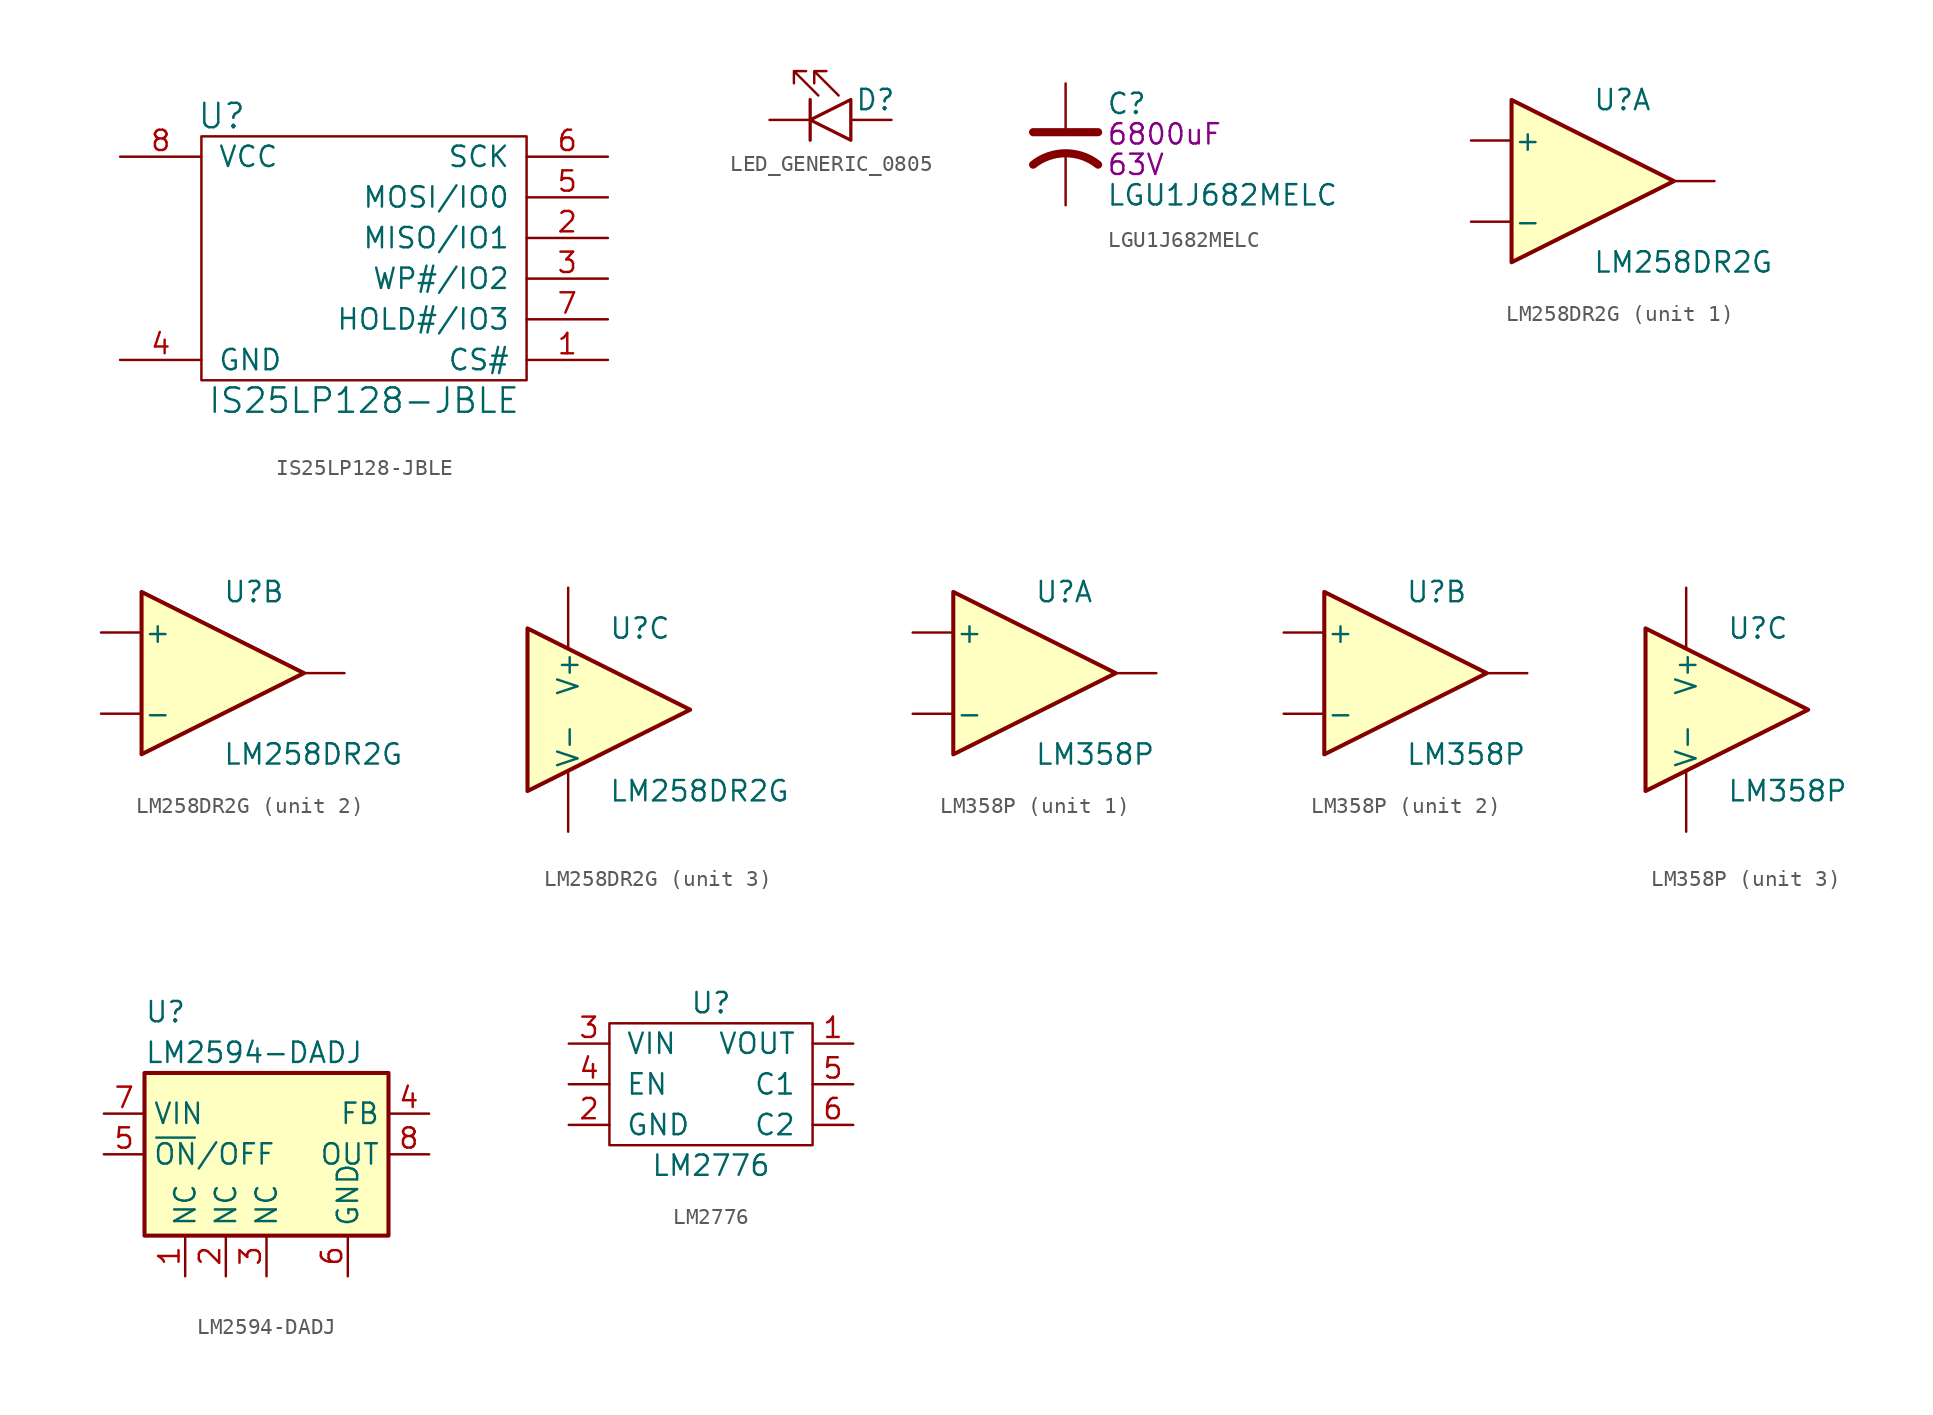
<source format=kicad_sym>
(kicad_symbol_lib
  (version 20210619)
  (generator kicad_symbol_editor)
  (symbol "custom:IS25LP128-JBLE"
    (pin_names
      (offset 1.016))
    (property "Reference" "U"
      (at -8.89 8.89 0)
      (effects (font (size 1.524 1.524))))
    (property "Value" "IS25LP128-JBLE"
      (at 0 -8.89 0)
      (effects (font (size 1.524 1.524))))
    (symbol "IS25LP128-JBLE_0_1"
      (rectangle (start -10.16 7.62) (end 10.16 -7.62) (stroke (width 0)) (fill (type none))))
    (symbol "IS25LP128-JBLE_1_1"
      (pin input line (at 15.24 -6.35 180) (length 5.08) (name "CS#" (effects (font (size 1.27 1.27)))) (number "1" (effects (font (size 1.27 1.27)))))
      (pin bidirectional line (at 15.24 1.27 180) (length 5.08) (name "MISO/IO1" (effects (font (size 1.27 1.27)))) (number "2" (effects (font (size 1.27 1.27)))))
      (pin bidirectional line (at 15.24 -1.27 180) (length 5.08) (name "WP#/IO2" (effects (font (size 1.27 1.27)))) (number "3" (effects (font (size 1.27 1.27)))))
      (pin power_in line (at -15.24 -6.35 0) (length 5.08) (name "GND" (effects (font (size 1.27 1.27)))) (number "4" (effects (font (size 1.27 1.27)))))
      (pin bidirectional line (at 15.24 3.81 180) (length 5.08) (name "MOSI/IO0" (effects (font (size 1.27 1.27)))) (number "5" (effects (font (size 1.27 1.27)))))
      (pin input line (at 15.24 6.35 180) (length 5.08) (name "SCK" (effects (font (size 1.27 1.27)))) (number "6" (effects (font (size 1.27 1.27)))))
      (pin bidirectional line (at 15.24 -3.81 180) (length 5.08) (name "HOLD#/IO3" (effects (font (size 1.27 1.27)))) (number "7" (effects (font (size 1.27 1.27)))))
      (pin power_in line (at -15.24 6.35 0) (length 5.08) (name "VCC" (effects (font (size 1.27 1.27)))) (number "8" (effects (font (size 1.27 1.27)))))))
  (symbol "custom:LED_GENERIC_0805"
    (pin_numbers hide)
    (pin_names
      (offset 1.016) hide)
    (property "Reference" "D"
      (at 1.524 0.508 0)
      (effects (font (size 1.27 1.27)) (justify left bottom)))
    (symbol "LED_GENERIC_0805_0_1"
      (polyline (pts (xy -1.27 -1.27) (xy -1.27 1.27)) (stroke (width 0.203)) (fill (type none)))
      (polyline (pts (xy 1.27 -1.27) (xy 1.27 1.27) (xy -1.27 0) (xy 1.27 -1.27)) (stroke (width 0.203)) (fill (type none)))
      (polyline (pts (xy -0.762 1.524) (xy -2.286 3.048) (xy -1.524 3.048) (xy -2.286 3.048) (xy -2.286 2.286)) (stroke (width 0)) (fill (type none)))
      (polyline (pts (xy 0.508 1.524) (xy -1.016 3.048) (xy -0.254 3.048) (xy -1.016 3.048) (xy -1.016 2.286)) (stroke (width 0)) (fill (type none))))
    (symbol "LED_GENERIC_0805_1_1"
      (pin passive line (at -3.81 0 0) (length 2.54) (name "K" (effects (font (size 1.27 1.27)))) (number "1" (effects (font (size 1.27 1.27)))))
      (pin passive line (at 3.81 0 180) (length 2.54) (name "A" (effects (font (size 1.27 1.27)))) (number "2" (effects (font (size 1.27 1.27)))))))
  (symbol "custom:LGU1J682MELC"
    (pin_numbers hide)
    (pin_names
      (offset 0.254) hide)
    (property "Reference" "C"
      (at 2.54 2.54 0)
      (effects (font (size 1.27 1.27)) (justify left)))
    (property "Value" "LGU1J682MELC"
      (at 2.54 -3.175 0)
      (effects (font (size 1.27 1.27)) (justify left)))
    (property "Capacitance" "6800uF"
      (at 2.54 0.635 0)
      (effects (font (size 1.27 1.27)) (justify left)))
    (property "Rating" "63V"
      (at 2.54 -1.27 0)
      (effects (font (size 1.27 1.27)) (justify left)))
    (symbol "LGU1J682MELC_0_1"
      (arc (start -2.032 -1.27) (end 2.032 -1.27) (radius (at 0 -3.81) (length 3.2512) (angles 128.7 51.3)) (stroke (width 0.508)) (fill (type none)))
      (polyline (pts (xy -2.032 0.762) (xy 2.032 0.762)) (stroke (width 0.508)) (fill (type none))))
    (symbol "LGU1J682MELC_1_1"
      (pin passive line (at 0 3.81 270) (length 2.794) (name "~" (effects (font (size 1.27 1.27)))) (number "1" (effects (font (size 1.27 1.27)))))
      (pin passive line (at 0 -3.81 90) (length 3.302) (name "~" (effects (font (size 1.27 1.27)))) (number "2" (effects (font (size 1.27 1.27)))))))
  (symbol "custom:LM258DR2G"
    (pin_numbers hide)
    (pin_names
      (offset 0.127))
    (property "Reference" "U"
      (at 0 5.08 0)
      (effects (font (size 1.27 1.27)) (justify left)))
    (property "Value" "LM258DR2G"
      (at 0 -5.08 0)
      (effects (font (size 1.27 1.27)) (justify left)))
    (property "ki_locked" ""
      (at 0 0 0)
      (effects (font (size 1.27 1.27))))
    (symbol "LM258DR2G_1_1"
      (polyline (pts (xy -5.08 5.08) (xy 5.08 0) (xy -5.08 -5.08) (xy -5.08 5.08)) (stroke (width 0.254)) (fill (type background)))
      (pin output line (at 7.62 0 180) (length 2.54) (name "~" (effects (font (size 1.27 1.27)))) (number "1" (effects (font (size 1.27 1.27)))))
      (pin input line (at -7.62 -2.54 0) (length 2.54) (name "-" (effects (font (size 1.27 1.27)))) (number "2" (effects (font (size 1.27 1.27)))))
      (pin input line (at -7.62 2.54 0) (length 2.54) (name "+" (effects (font (size 1.27 1.27)))) (number "3" (effects (font (size 1.27 1.27))))))
    (symbol "LM258DR2G_2_1"
      (polyline (pts (xy -5.08 5.08) (xy 5.08 0) (xy -5.08 -5.08) (xy -5.08 5.08)) (stroke (width 0.254)) (fill (type background)))
      (pin input line (at -7.62 2.54 0) (length 2.54) (name "+" (effects (font (size 1.27 1.27)))) (number "5" (effects (font (size 1.27 1.27)))))
      (pin input line (at -7.62 -2.54 0) (length 2.54) (name "-" (effects (font (size 1.27 1.27)))) (number "6" (effects (font (size 1.27 1.27)))))
      (pin output line (at 7.62 0 180) (length 2.54) (name "~" (effects (font (size 1.27 1.27)))) (number "7" (effects (font (size 1.27 1.27))))))
    (symbol "LM258DR2G_3_1"
      (polyline (pts (xy -5.08 5.08) (xy 5.08 0) (xy -5.08 -5.08) (xy -5.08 5.08)) (stroke (width 0.254)) (fill (type background)))
      (pin power_in line (at -2.54 -7.62 90) (length 3.81) (name "V-" (effects (font (size 1.27 1.27)))) (number "4" (effects (font (size 1.27 1.27)))))
      (pin power_in line (at -2.54 7.62 270) (length 3.81) (name "V+" (effects (font (size 1.27 1.27)))) (number "8" (effects (font (size 1.27 1.27)))))))
  (symbol "custom:LM358P"
    (pin_numbers hide)
    (pin_names
      (offset 0.127))
    (property "Reference" "U"
      (at 0 5.08 0)
      (effects (font (size 1.27 1.27)) (justify left)))
    (property "Value" "LM358P"
      (at 0 -5.08 0)
      (effects (font (size 1.27 1.27)) (justify left)))
    (property "ki_locked" ""
      (at 0 0 0)
      (effects (font (size 1.27 1.27))))
    (symbol "LM358P_1_1"
      (polyline (pts (xy -5.08 5.08) (xy 5.08 0) (xy -5.08 -5.08) (xy -5.08 5.08)) (stroke (width 0.254)) (fill (type background)))
      (pin output line (at 7.62 0 180) (length 2.54) (name "~" (effects (font (size 1.27 1.27)))) (number "1" (effects (font (size 1.27 1.27)))))
      (pin input line (at -7.62 -2.54 0) (length 2.54) (name "-" (effects (font (size 1.27 1.27)))) (number "2" (effects (font (size 1.27 1.27)))))
      (pin input line (at -7.62 2.54 0) (length 2.54) (name "+" (effects (font (size 1.27 1.27)))) (number "3" (effects (font (size 1.27 1.27))))))
    (symbol "LM358P_2_1"
      (polyline (pts (xy -5.08 5.08) (xy 5.08 0) (xy -5.08 -5.08) (xy -5.08 5.08)) (stroke (width 0.254)) (fill (type background)))
      (pin input line (at -7.62 2.54 0) (length 2.54) (name "+" (effects (font (size 1.27 1.27)))) (number "5" (effects (font (size 1.27 1.27)))))
      (pin input line (at -7.62 -2.54 0) (length 2.54) (name "-" (effects (font (size 1.27 1.27)))) (number "6" (effects (font (size 1.27 1.27)))))
      (pin output line (at 7.62 0 180) (length 2.54) (name "~" (effects (font (size 1.27 1.27)))) (number "7" (effects (font (size 1.27 1.27))))))
    (symbol "LM358P_3_1"
      (polyline (pts (xy -5.08 5.08) (xy 5.08 0) (xy -5.08 -5.08) (xy -5.08 5.08)) (stroke (width 0.254)) (fill (type background)))
      (pin power_in line (at -2.54 -7.62 90) (length 3.81) (name "V-" (effects (font (size 1.27 1.27)))) (number "4" (effects (font (size 1.27 1.27)))))
      (pin power_in line (at -2.54 7.62 270) (length 3.81) (name "V+" (effects (font (size 1.27 1.27)))) (number "8" (effects (font (size 1.27 1.27)))))))
  (symbol "custom:LM2594-DADJ"
    (property "Reference" "U"
      (at -7.62 8.89 0)
      (effects (font (size 1.27 1.27)) (justify left)))
    (property "Value" "LM2594-DADJ"
      (at -7.62 6.35 0)
      (effects (font (size 1.27 1.27)) (justify left)))
    (symbol "LM2594-DADJ_0_1"
      (rectangle (start -7.62 5.08) (end 7.62 -5.08) (stroke (width 0.254)) (fill (type background))))
    (symbol "LM2594-DADJ_1_1"
      (pin passive line (at -5.08 -7.62 90) (length 2.54) (name "NC" (effects (font (size 1.27 1.27)))) (number "1" (effects (font (size 1.27 1.27)))))
      (pin passive line (at -2.54 -7.62 90) (length 2.54) (name "NC" (effects (font (size 1.27 1.27)))) (number "2" (effects (font (size 1.27 1.27)))))
      (pin passive line (at 0 -7.62 90) (length 2.54) (name "NC" (effects (font (size 1.27 1.27)))) (number "3" (effects (font (size 1.27 1.27)))))
      (pin input line (at 10.16 2.54 180) (length 2.54) (name "FB" (effects (font (size 1.27 1.27)))) (number "4" (effects (font (size 1.27 1.27)))))
      (pin input line (at -10.16 0 0) (length 2.54) (name "~{ON}/OFF" (effects (font (size 1.27 1.27)))) (number "5" (effects (font (size 1.27 1.27)))))
      (pin power_in line (at 5.08 -7.62 90) (length 2.54) (name "GND" (effects (font (size 1.27 1.27)))) (number "6" (effects (font (size 1.27 1.27)))))
      (pin power_in line (at -10.16 2.54 0) (length 2.54) (name "VIN" (effects (font (size 1.27 1.27)))) (number "7" (effects (font (size 1.27 1.27)))))
      (pin output line (at 10.16 0 180) (length 2.54) (name "OUT" (effects (font (size 1.27 1.27)))) (number "8" (effects (font (size 1.27 1.27)))))))
  (symbol "custom:LM2776"
    (pin_names
      (offset 1.016))
    (property "Reference" "U"
      (at 0 5.08 0)
      (effects (font (size 1.27 1.27))))
    (property "Value" "LM2776"
      (at 0 -5.08 0)
      (effects (font (size 1.27 1.27))))
    (symbol "LM2776_0_1"
      (rectangle (start -6.35 3.81) (end 6.35 -3.81) (stroke (width 0)) (fill (type none))))
    (symbol "LM2776_1_1"
      (pin power_out line (at 8.89 2.54 180) (length 2.54) (name "VOUT" (effects (font (size 1.27 1.27)))) (number "1" (effects (font (size 1.27 1.27)))))
      (pin power_in line (at -8.89 -2.54 0) (length 2.54) (name "GND" (effects (font (size 1.27 1.27)))) (number "2" (effects (font (size 1.27 1.27)))))
      (pin power_in line (at -8.89 2.54 0) (length 2.54) (name "VIN" (effects (font (size 1.27 1.27)))) (number "3" (effects (font (size 1.27 1.27)))))
      (pin input line (at -8.89 0 0) (length 2.54) (name "EN" (effects (font (size 1.27 1.27)))) (number "4" (effects (font (size 1.27 1.27)))))
      (pin passive line (at 8.89 0 180) (length 2.54) (name "C1" (effects (font (size 1.27 1.27)))) (number "5" (effects (font (size 1.27 1.27)))))
      (pin passive line (at 8.89 -2.54 180) (length 2.54) (name "C2" (effects (font (size 1.27 1.27)))) (number "6" (effects (font (size 1.27 1.27))))))))
</source>
